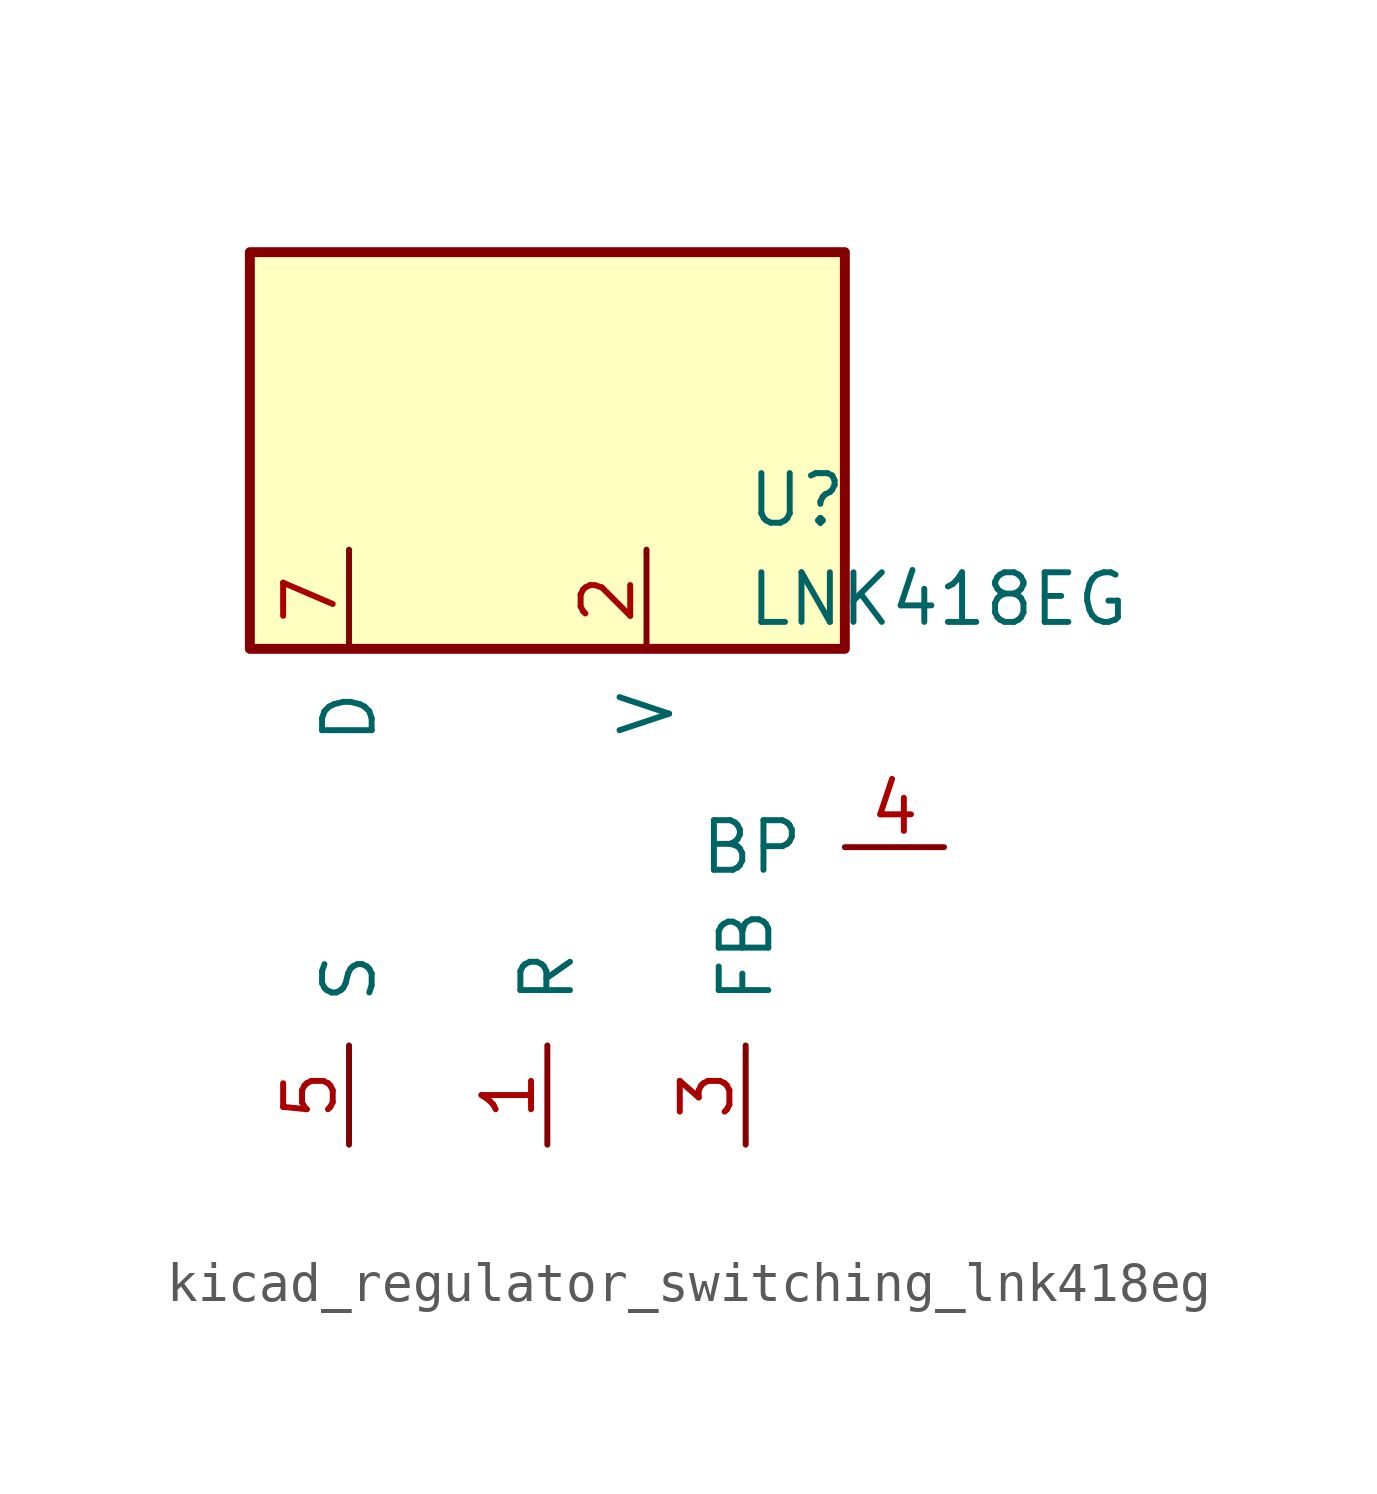
<source format=kicad_sym>
(kicad_symbol_lib
  (version 20220914)
  (generator kicad_symbol_editor)
  (symbol "kicad_regulator_switching_lnk418eg"
    (pin_names
      (offset 1.016))
    (property "Reference" "U"
      (at 5.08 8.89 0)
      (effects (font (size 1.27 1.27)) (justify left)))
    (property "Value" "LNK418EG"
      (at 5.08 6.35 0)
      (effects (font (size 1.27 1.27)) (justify left)))
    (symbol "kicad_regulator_switching_lnk418eg_0_1"
      (rectangle (start 7.62 15.24) (end -7.62 5.08) (stroke (width 0.254) (type default)) (fill (type background))))
    (symbol "kicad_regulator_switching_lnk418eg_1_1"
      (pin input line (at 0 -7.62 90) (length 2.54) (name "R" (effects (font (size 1.27 1.27)))) (number "1" (effects (font (size 1.27 1.27)))))
      (pin input line (at 2.54 7.62 270) (length 2.54) (name "V" (effects (font (size 1.27 1.27)))) (number "2" (effects (font (size 1.27 1.27)))))
      (pin input line (at 5.08 -7.62 90) (length 2.54) (name "FB" (effects (font (size 1.27 1.27)))) (number "3" (effects (font (size 1.27 1.27)))))
      (pin input line (at 10.16 0 180) (length 2.54) (name "BP" (effects (font (size 1.27 1.27)))) (number "4" (effects (font (size 1.27 1.27)))))
      (pin power_in line (at -5.08 -7.62 90) (length 2.54) (name "S" (effects (font (size 1.27 1.27)))) (number "5" (effects (font (size 1.27 1.27)))))
      (pin open_collector line (at -5.08 7.62 270) (length 2.54) (name "D" (effects (font (size 1.27 1.27)))) (number "7" (effects (font (size 1.27 1.27))))))))
</source>
